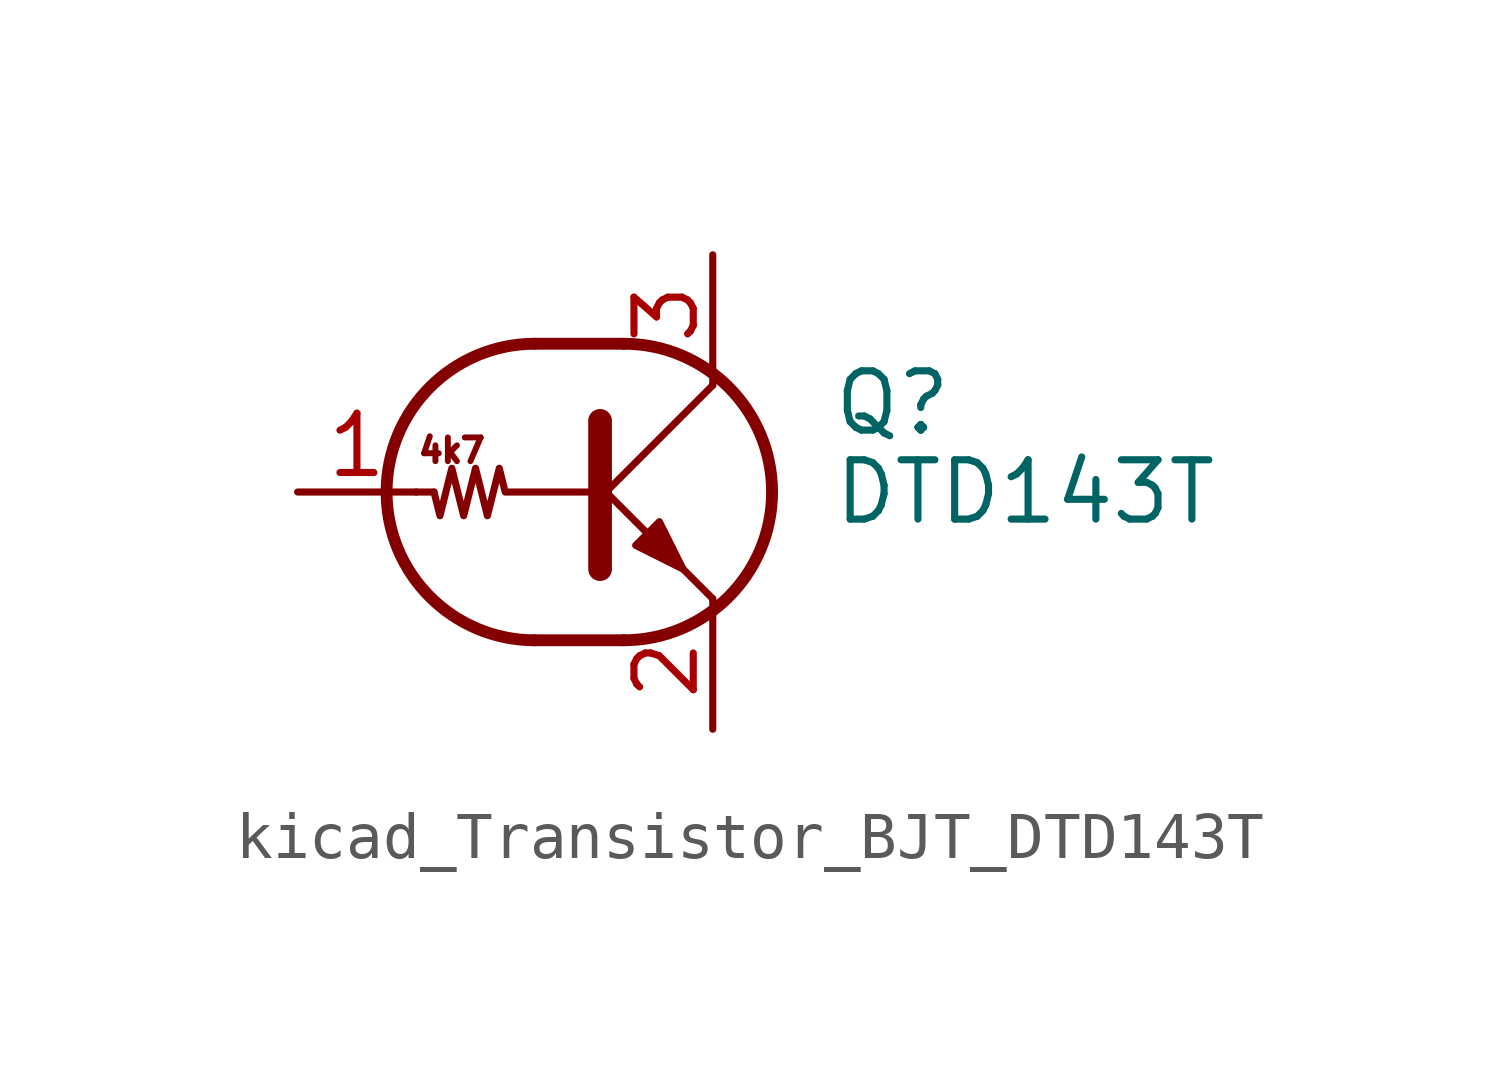
<source format=kicad_sym>
(kicad_symbol_lib
  (version 20220914)
  (generator kicad_symbol_editor)
  (symbol "kicad_Transistor_BJT_DTD143T"
    (pin_names
      (offset 0) hide)
    (property "Reference" "Q"
      (at 5.08 1.905 0)
      (effects (font (size 1.27 1.27)) (justify left)))
    (property "Value" "DTD143T"
      (at 5.08 0 0)
      (effects (font (size 1.27 1.27)) (justify left)))
    (symbol "kicad_Transistor_BJT_DTD143T_0_0"
      (polyline (pts (xy 2.54 -2.286) (xy 2.54 -2.54)) (stroke (width 0) (type default)) (fill (type none)))
      (text "4k7" (at -3.048 0.889 0) (effects (font (size 0.508 0.508)))))
    (symbol "kicad_Transistor_BJT_DTD143T_0_1"
      (arc (start -1.27 3.175) (mid -4.4312 0) (end -1.27 -3.175) (stroke (width 0.254) (type default)) (fill (type none)))
      (polyline (pts (xy -3.429 0) (xy -3.81 0)) (stroke (width 0) (type default)) (fill (type none)))
      (polyline (pts (xy -1.27 -3.175) (xy 0.635 -3.175)) (stroke (width 0.254) (type default)) (fill (type none)))
      (polyline (pts (xy -1.27 3.175) (xy 0.635 3.175)) (stroke (width 0.254) (type default)) (fill (type none)))
      (polyline (pts (xy 0 -0.254) (xy 2.54 2.286)) (stroke (width 0) (type default)) (fill (type none)))
      (polyline (pts (xy 0.127 1.524) (xy 0.127 -1.651)) (stroke (width 0.508) (type default)) (fill (type outline)))
      (polyline (pts (xy 2.54 2.286) (xy 2.54 2.54)) (stroke (width 0) (type default)) (fill (type none)))
      (polyline (pts (xy 2.54 -2.286) (xy 0 0.254) (xy 0 0.254)) (stroke (width 0) (type default)) (fill (type none)))
      (polyline (pts (xy 0.889 -1.143) (xy 1.397 -0.635) (xy 1.905 -1.651) (xy 0.889 -1.143)) (stroke (width 0) (type default)) (fill (type outline)))
      (polyline (pts (xy 0 0) (xy -1.905 0) (xy -2.032 0.508) (xy -2.286 -0.508) (xy -2.54 0.508) (xy -2.794 -0.508) (xy -3.048 0.508) (xy -3.302 -0.508) (xy -3.429 0)) (stroke (width 0) (type default)) (fill (type none)))
      (arc (start 0.635 -3.175) (mid 3.7962 0) (end 0.635 3.175) (stroke (width 0.254) (type default)) (fill (type none))))
    (symbol "kicad_Transistor_BJT_DTD143T_1_1"
      (pin input line (at -6.35 0 0) (length 2.54) (name "B" (effects (font (size 1.27 1.27)))) (number "1" (effects (font (size 1.27 1.27)))))
      (pin passive line (at 2.54 -5.08 90) (length 2.54) (name "E" (effects (font (size 1.27 1.27)))) (number "2" (effects (font (size 1.27 1.27)))))
      (pin passive line (at 2.54 5.08 270) (length 2.54) (name "C" (effects (font (size 1.27 1.27)))) (number "3" (effects (font (size 1.27 1.27))))))))
</source>
